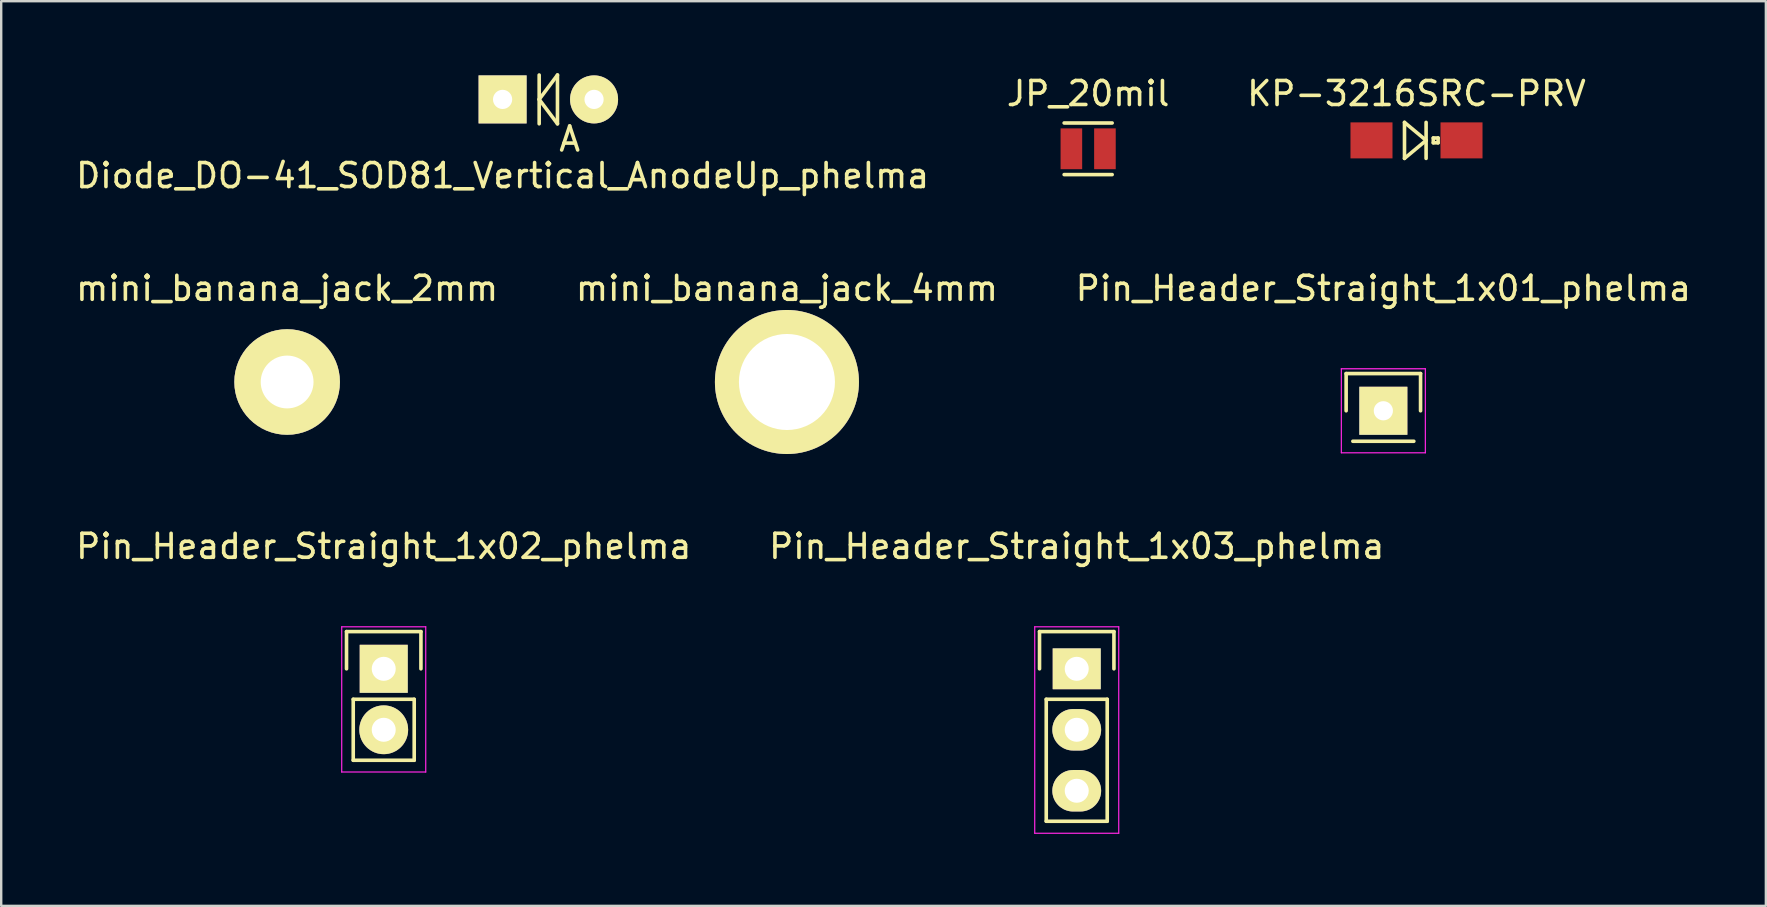
<source format=kicad_pcb>
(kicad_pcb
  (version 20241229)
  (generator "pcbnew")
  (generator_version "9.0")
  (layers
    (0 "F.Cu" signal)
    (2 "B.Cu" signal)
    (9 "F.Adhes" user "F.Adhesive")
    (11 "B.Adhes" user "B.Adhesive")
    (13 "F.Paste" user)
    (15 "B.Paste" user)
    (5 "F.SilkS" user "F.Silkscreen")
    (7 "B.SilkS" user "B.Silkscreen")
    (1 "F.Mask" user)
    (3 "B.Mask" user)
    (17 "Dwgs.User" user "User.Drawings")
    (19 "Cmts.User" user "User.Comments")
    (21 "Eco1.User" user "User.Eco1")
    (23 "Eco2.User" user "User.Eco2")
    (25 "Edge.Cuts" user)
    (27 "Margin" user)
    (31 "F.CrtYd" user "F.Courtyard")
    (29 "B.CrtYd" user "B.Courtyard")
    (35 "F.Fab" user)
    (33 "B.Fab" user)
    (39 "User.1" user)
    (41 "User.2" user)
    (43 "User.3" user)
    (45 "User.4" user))
  (footprint "Pin_Header_Straight_1x01_phelma"
    (layer "F.Cu")
    (at 54.577 14.062)
    (property "Reference" "Pin_Header_Straight_1x01_phelma" (at 0 -5.1 0) (layer "F.SilkS") (effects (font (size 1 1) (thickness 0.15))))
    (attr through_hole)
    (fp_line (start -1.55 -1.55) (end 1.55 -1.55) (stroke (width 0.15) (type solid)) (layer "F.SilkS"))
    (fp_line (start -1.55 0) (end -1.55 -1.55) (stroke (width 0.15) (type solid)) (layer "F.SilkS"))
    (fp_line (start -1.27 1.27) (end 1.27 1.27) (stroke (width 0.15) (type solid)) (layer "F.SilkS"))
    (fp_line (start 1.55 -1.55) (end 1.55 0) (stroke (width 0.15) (type solid)) (layer "F.SilkS"))
    (fp_line (start -1.75 -1.75) (end -1.75 1.75) (stroke (width 0.05) (type solid)) (layer "F.CrtYd"))
    (fp_line (start -1.75 -1.75) (end 1.75 -1.75) (stroke (width 0.05) (type solid)) (layer "F.CrtYd"))
    (fp_line (start -1.75 1.75) (end 1.75 1.75) (stroke (width 0.05) (type solid)) (layer "F.CrtYd"))
    (fp_line (start 1.75 -1.75) (end 1.75 1.75) (stroke (width 0.05) (type solid)) (layer "F.CrtYd"))
    (pad "1" thru_hole rect (at 0 0) (size 2 2) (drill 0.8) (layers "*.Cu" "*.Mask" "F.SilkS")))
  (footprint "KP-3216SRC-PRV"
    (layer "F.Cu")
    (at 55.958 2.798)
    (property "Reference" "KP-3216SRC-PRV" (at 0 -1.95 0) (layer "F.SilkS") (effects (font (size 1 1) (thickness 0.15))))
    (attr through_hole)
    (fp_line (start -0.5 -0.75) (end -0.5 0.75) (stroke (width 0.15) (type solid)) (layer "F.SilkS"))
    (fp_line (start -0.5 0.75) (end 0.4 0) (stroke (width 0.15) (type solid)) (layer "F.SilkS"))
    (fp_line (start 0.4 -0.75) (end 0.4 0.75) (stroke (width 0.15) (type solid)) (layer "F.SilkS"))
    (fp_line (start 0.4 0) (end -0.5 -0.75) (stroke (width 0.15) (type solid)) (layer "F.SilkS"))
    (fp_line (start 0.7 -0.1) (end 0.7 0.1) (stroke (width 0.15) (type solid)) (layer "F.SilkS"))
    (fp_line (start 0.7 0.1) (end 0.9 0.1) (stroke (width 0.15) (type solid)) (layer "F.SilkS"))
    (fp_line (start 0.9 -0.1) (end 0.7 -0.1) (stroke (width 0.15) (type solid)) (layer "F.SilkS"))
    (fp_line (start 0.9 0.1) (end 0.9 -0.1) (stroke (width 0.15) (type solid)) (layer "F.SilkS"))
    (pad "1" smd rect (at 1.875 0) (size 1.75 1.5) (layers "F.Cu" "F.Mask" "F.Paste"))
    (pad "2" smd rect (at -1.875 0) (size 1.75 1.5) (layers "F.Cu" "F.Mask" "F.Paste")))
  (footprint "Pin_Header_Straight_1x03_phelma"
    (layer "F.Cu")
    (at 41.804 24.811)
    (property "Reference" "Pin_Header_Straight_1x03_phelma" (at 0 -5.1 0) (layer "F.SilkS") (effects (font (size 1 1) (thickness 0.15))))
    (attr through_hole)
    (fp_line (start -1.55 -1.55) (end 1.55 -1.55) (stroke (width 0.15) (type solid)) (layer "F.SilkS"))
    (fp_line (start -1.55 0) (end -1.55 -1.55) (stroke (width 0.15) (type solid)) (layer "F.SilkS"))
    (fp_line (start -1.27 1.27) (end -1.27 6.35) (stroke (width 0.15) (type solid)) (layer "F.SilkS"))
    (fp_line (start -1.27 6.35) (end 1.27 6.35) (stroke (width 0.15) (type solid)) (layer "F.SilkS"))
    (fp_line (start 1.27 1.27) (end -1.27 1.27) (stroke (width 0.15) (type solid)) (layer "F.SilkS"))
    (fp_line (start 1.27 6.35) (end 1.27 1.27) (stroke (width 0.15) (type solid)) (layer "F.SilkS"))
    (fp_line (start 1.55 -1.55) (end 1.55 0) (stroke (width 0.15) (type solid)) (layer "F.SilkS"))
    (fp_line (start -1.75 -1.75) (end -1.75 6.85) (stroke (width 0.05) (type solid)) (layer "F.CrtYd"))
    (fp_line (start -1.75 -1.75) (end 1.75 -1.75) (stroke (width 0.05) (type solid)) (layer "F.CrtYd"))
    (fp_line (start -1.75 6.85) (end 1.75 6.85) (stroke (width 0.05) (type solid)) (layer "F.CrtYd"))
    (fp_line (start 1.75 -1.75) (end 1.75 6.85) (stroke (width 0.05) (type solid)) (layer "F.CrtYd"))
    (pad "1" thru_hole rect (at 0 0) (size 2 1.7) (drill 1) (layers "*.Cu" "*.Mask" "F.SilkS"))
    (pad "2" thru_hole oval (at 0 2.54) (size 2.032 1.727) (drill 1) (layers "*.Cu" "*.Mask" "F.SilkS"))
    (pad "3" thru_hole oval (at 0 5.08) (size 2.032 1.727) (drill 1) (layers "*.Cu" "*.Mask" "F.SilkS")))
  (footprint "JP_20mil"
    (layer "F.Cu")
    (at 42.28 3.148)
    (property "Reference" "JP_20mil" (at 0 -2.3 0) (layer "F.SilkS") (effects (font (size 1 1) (thickness 0.15))))
    (attr smd)
    (fp_line (start -1 -1.075) (end 1 -1.075) (stroke (width 0.15) (type solid)) (layer "F.SilkS"))
    (fp_line (start 1 1.075) (end -1 1.075) (stroke (width 0.15) (type solid)) (layer "F.SilkS"))
    (pad "1" smd rect (at -0.699 0) (size 0.9 1.7) (layers "F.Cu" "F.Mask" "F.Paste"))
    (pad "2" smd rect (at 0.699 0) (size 0.9 1.7) (layers "F.Cu" "F.Mask" "F.Paste")))
  (footprint "mini_banana_jack_4mm"
    (layer "F.Cu")
    (at 29.732 12.863)
    (property "Reference" "mini_banana_jack_4mm" (at 0 -3.9 0) (layer "F.SilkS") (effects (font (size 1 1) (thickness 0.15))))
    (attr through_hole)
    (pad "1" thru_hole circle (at 0 0) (size 6 6) (drill 4) (layers "*.Cu" "*.Mask" "F.SilkS")))
  (footprint "Diode_DO-41_SOD81_Vertical_AnodeUp_phelma"
    (layer "F.Cu")
    (at 17.887 1.091)
    (property "Reference" "Diode_DO-41_SOD81_Vertical_AnodeUp_phelma" (at 0 3.175 0) (layer "F.SilkS") (effects (font (size 1 1) (thickness 0.15))))
    (attr through_hole)
    (fp_line (start 1.524 -1.016) (end 1.524 1.016) (stroke (width 0.15) (type solid)) (layer "F.SilkS"))
    (fp_line (start 1.524 0) (end 2.286 -1.016) (stroke (width 0.15) (type solid)) (layer "F.SilkS"))
    (fp_line (start 1.524 0) (end 2.286 1.016) (stroke (width 0.15) (type solid)) (layer "F.SilkS"))
    (fp_line (start 2.286 -1.016) (end 2.286 1.016) (stroke (width 0.15) (type solid)) (layer "F.SilkS"))
    (fp_text user "A" (at 2.794 1.651 0) (layer "F.SilkS") (effects (font (size 1 1) (thickness 0.15))))
    (pad "1" thru_hole rect (at 0 0) (size 2 2) (drill 0.8) (layers "*.Cu" "*.Mask" "F.SilkS"))
    (pad "2" thru_hole circle (at 3.81 0) (size 2 2) (drill 0.8) (layers "*.Cu" "*.Mask" "F.SilkS")))
  (footprint "mini_banana_jack_2mm"
    (layer "F.Cu")
    (at 8.911 12.863)
    (property "Reference" "mini_banana_jack_2mm" (at 0 -3.9 0) (layer "F.SilkS") (effects (font (size 1 1) (thickness 0.15))))
    (attr through_hole)
    (pad "1" thru_hole circle (at 0 0) (size 4.4 4.4) (drill 2.2) (layers "*.Cu" "*.Mask" "F.SilkS")))
  (footprint "Pin_Header_Straight_1x02_phelma"
    (layer "F.Cu")
    (at 12.935 24.811)
    (property "Reference" "Pin_Header_Straight_1x02_phelma" (at 0 -5.1 0) (layer "F.SilkS") (effects (font (size 1 1) (thickness 0.15))))
    (attr through_hole)
    (fp_line (start -1.55 -1.55) (end 1.55 -1.55) (stroke (width 0.15) (type solid)) (layer "F.SilkS"))
    (fp_line (start -1.55 0) (end -1.55 -1.55) (stroke (width 0.15) (type solid)) (layer "F.SilkS"))
    (fp_line (start -1.27 1.27) (end -1.27 3.81) (stroke (width 0.15) (type solid)) (layer "F.SilkS"))
    (fp_line (start -1.27 3.81) (end 1.27 3.81) (stroke (width 0.15) (type solid)) (layer "F.SilkS"))
    (fp_line (start 1.27 1.27) (end -1.27 1.27) (stroke (width 0.15) (type solid)) (layer "F.SilkS"))
    (fp_line (start 1.27 1.27) (end 1.27 3.81) (stroke (width 0.15) (type solid)) (layer "F.SilkS"))
    (fp_line (start 1.55 -1.55) (end 1.55 0) (stroke (width 0.15) (type solid)) (layer "F.SilkS"))
    (fp_line (start -1.75 -1.75) (end -1.75 4.3) (stroke (width 0.05) (type solid)) (layer "F.CrtYd"))
    (fp_line (start -1.75 -1.75) (end 1.75 -1.75) (stroke (width 0.05) (type solid)) (layer "F.CrtYd"))
    (fp_line (start -1.75 4.3) (end 1.75 4.3) (stroke (width 0.05) (type solid)) (layer "F.CrtYd"))
    (fp_line (start 1.75 -1.75) (end 1.75 4.3) (stroke (width 0.05) (type solid)) (layer "F.CrtYd"))
    (pad "1" thru_hole rect (at 0 0) (size 2 2) (drill 1) (layers "*.Cu" "*.Mask" "F.SilkS"))
    (pad "2" thru_hole oval (at 0 2.54) (size 2.032 2.032) (drill 1) (layers "*.Cu" "*.Mask" "F.SilkS")))
  (gr_rect
    (start -3 -3)
    (end 70.512 34.686)
    (stroke (width 0.1) (type default))
    (fill no)
    (layer "Edge.Cuts")))
</source>
